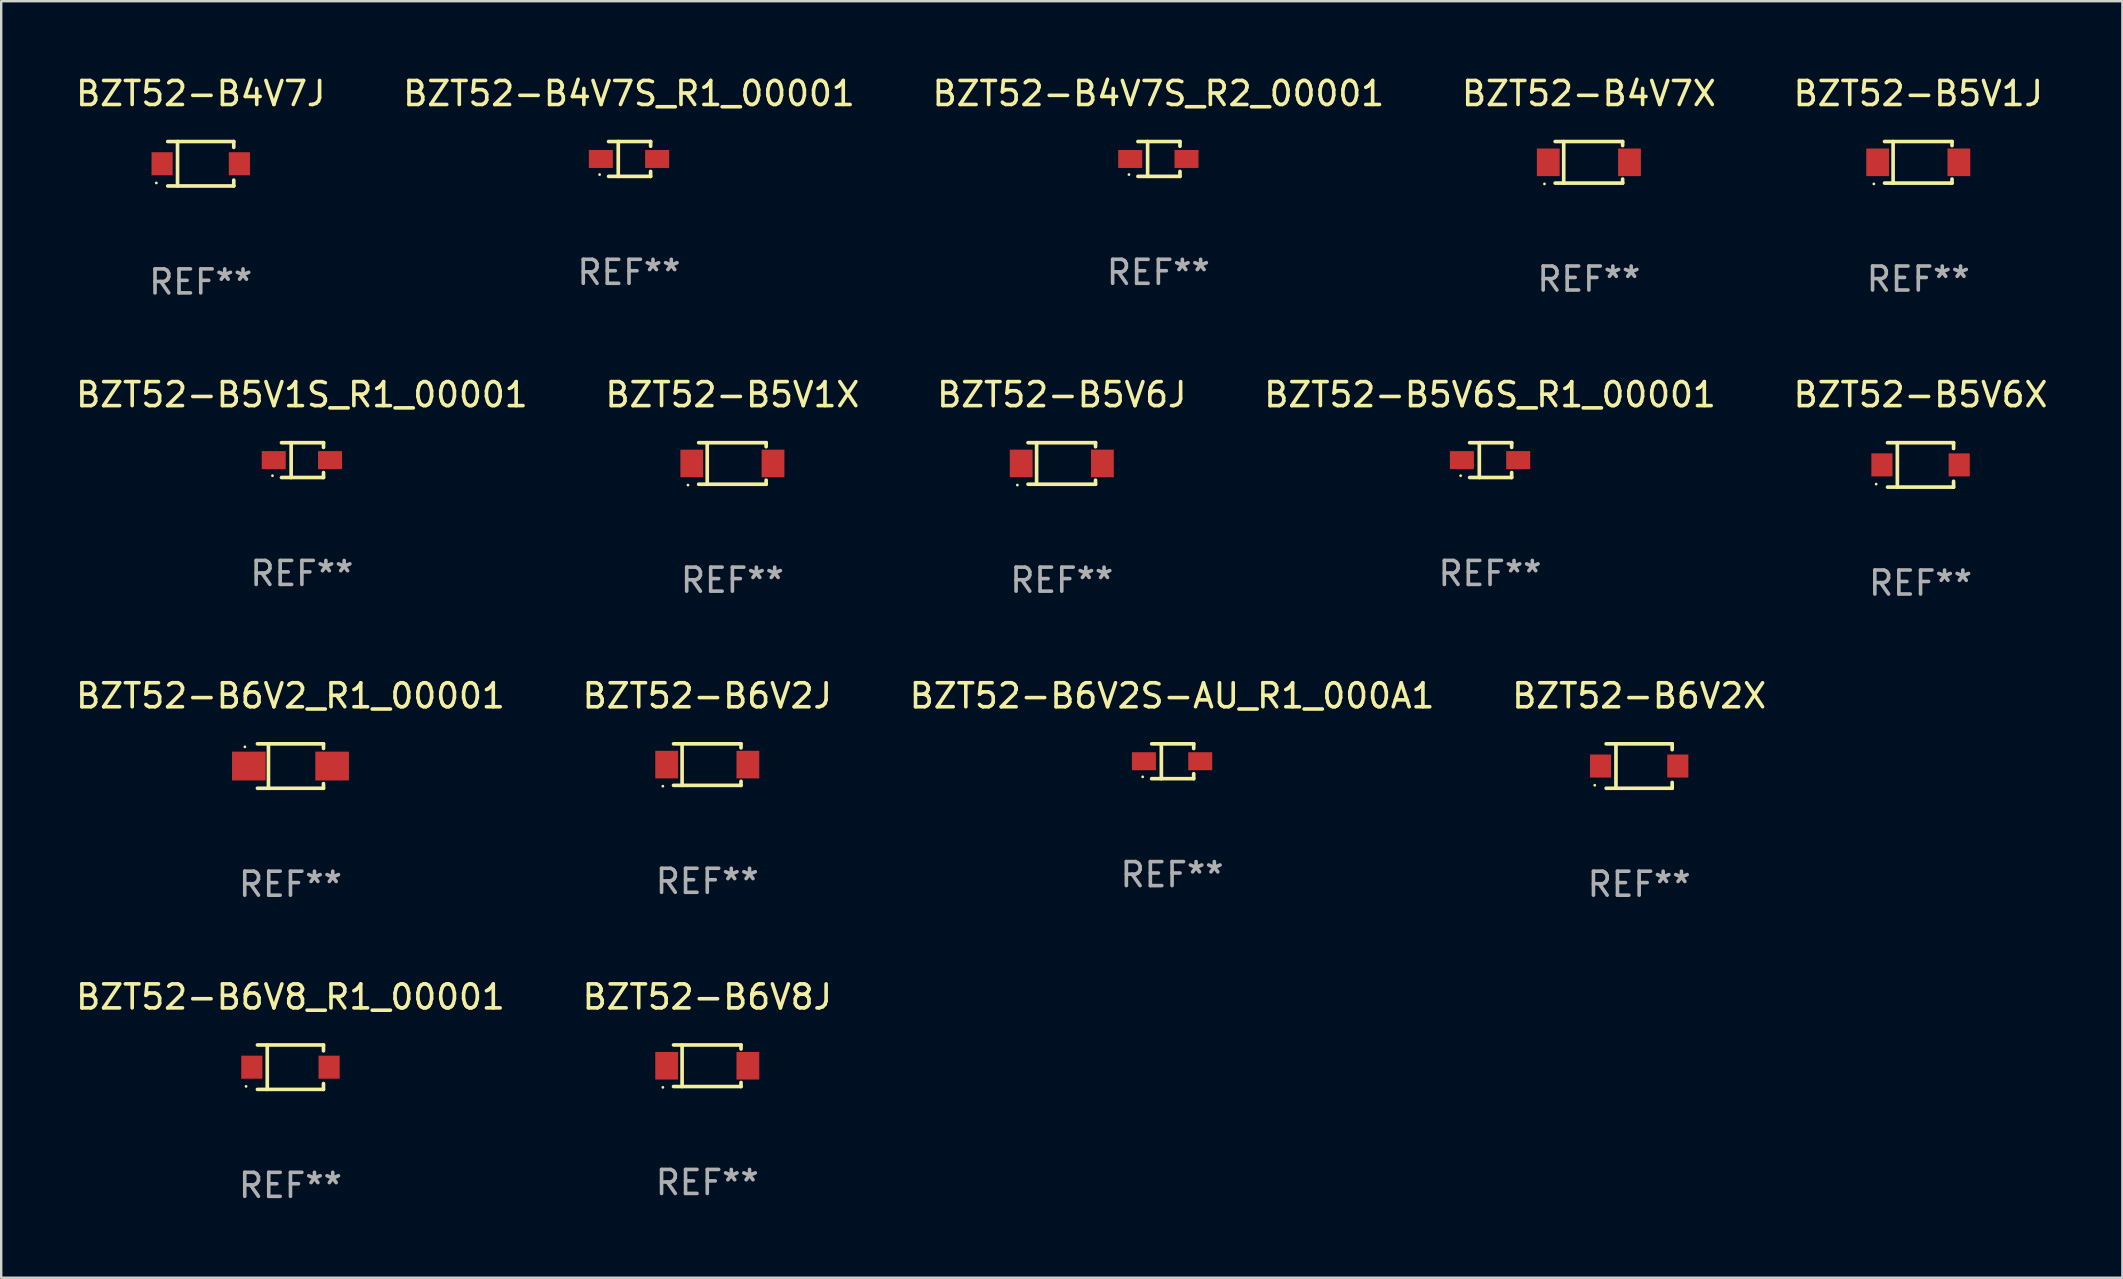
<source format=kicad_pcb>
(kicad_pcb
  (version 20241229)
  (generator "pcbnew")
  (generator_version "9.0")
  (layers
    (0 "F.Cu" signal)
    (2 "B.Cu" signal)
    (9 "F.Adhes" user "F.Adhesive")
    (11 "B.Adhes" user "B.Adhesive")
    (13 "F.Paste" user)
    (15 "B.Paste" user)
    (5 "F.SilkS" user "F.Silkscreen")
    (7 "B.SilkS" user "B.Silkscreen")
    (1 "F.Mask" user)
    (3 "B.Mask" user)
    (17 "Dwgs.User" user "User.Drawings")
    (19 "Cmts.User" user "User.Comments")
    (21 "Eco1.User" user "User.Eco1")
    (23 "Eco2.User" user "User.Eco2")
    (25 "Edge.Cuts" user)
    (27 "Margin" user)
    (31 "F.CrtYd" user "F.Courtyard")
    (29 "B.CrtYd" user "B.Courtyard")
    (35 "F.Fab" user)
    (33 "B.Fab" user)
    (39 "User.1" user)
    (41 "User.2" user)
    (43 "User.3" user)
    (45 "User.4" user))
  (footprint "BZT52-B6V2J"
    (layer "F.Cu")
    (at 26.423 28.812)
    (property "Reference" "BZT52-B6V2J" (at 0 -2.866 0) (layer "F.SilkS") (effects (font (size 1 1) (thickness 0.15))))
    (attr through_hole)
    (fp_line (start -1.406 -0.866) (end 1.406 -0.866) (stroke (width 0.152) (type solid)) (layer "F.SilkS"))
    (fp_line (start -1.406 0.866) (end 1.406 0.866) (stroke (width 0.152) (type solid)) (layer "F.SilkS"))
    (fp_line (start -1.049 -0.866) (end -1.049 0.866) (stroke (width 0.152) (type solid)) (layer "F.SilkS"))
    (fp_line (start 1.406 -0.866) (end 1.406 -0.698) (stroke (width 0.152) (type solid)) (layer "F.SilkS"))
    (fp_line (start 1.406 0.866) (end 1.406 0.698) (stroke (width 0.152) (type solid)) (layer "F.SilkS"))
    (fp_circle (center -1.851 0.9) (end -1.821 0.9) (stroke (width 0.06) (type solid)) (fill no) (layer "F.SilkS"))
    (fp_text user "REF**" (at 0 4.866 0) (layer "F.Fab") (effects (font (size 1 1) (thickness 0.15))))
    (pad "1" smd rect (at -1.692 0) (size 0.95 1.15) (layers "F.Cu" "F.Mask" "F.Paste"))
    (pad "2" smd rect (at 1.692 0) (size 0.95 1.15) (layers "F.Cu" "F.Mask" "F.Paste")))
  (footprint "BZT52-B5V6X"
    (layer "F.Cu")
    (at 76.982 16.323)
    (property "Reference" "BZT52-B5V6X" (at 0 -2.926 0) (layer "F.SilkS") (effects (font (size 1 1) (thickness 0.15))))
    (attr through_hole)
    (fp_line (start -1.376 -0.926) (end 1.376 -0.926) (stroke (width 0.152) (type solid)) (layer "F.SilkS"))
    (fp_line (start -1.376 0.926) (end 1.376 0.926) (stroke (width 0.152) (type solid)) (layer "F.SilkS"))
    (fp_line (start -0.967 -0.926) (end -0.967 0.926) (stroke (width 0.152) (type solid)) (layer "F.SilkS"))
    (fp_line (start 1.376 -0.926) (end 1.376 -0.683) (stroke (width 0.152) (type solid)) (layer "F.SilkS"))
    (fp_line (start 1.376 0.926) (end 1.376 0.683) (stroke (width 0.152) (type solid)) (layer "F.SilkS"))
    (fp_circle (center -1.85 0.8) (end -1.82 0.8) (stroke (width 0.06) (type solid)) (fill no) (layer "F.SilkS"))
    (fp_text user "REF**" (at 0 4.926 0) (layer "F.Fab") (effects (font (size 1 1) (thickness 0.15))))
    (pad "1" smd rect (at -1.61 0) (size 0.88 0.96) (layers "F.Cu" "F.Mask" "F.Paste"))
    (pad "2" smd rect (at 1.61 0) (size 0.88 0.96) (layers "F.Cu" "F.Mask" "F.Paste")))
  (footprint "BZT52-B6V8_R1_00001"
    (layer "F.Cu")
    (at 9.054 41.421)
    (property "Reference" "BZT52-B6V8_R1_00001" (at 0 -2.926 0) (layer "F.SilkS") (effects (font (size 1 1) (thickness 0.15))))
    (attr through_hole)
    (fp_line (start -1.376 -0.926) (end 1.376 -0.926) (stroke (width 0.152) (type solid)) (layer "F.SilkS"))
    (fp_line (start -1.376 0.926) (end 1.376 0.926) (stroke (width 0.152) (type solid)) (layer "F.SilkS"))
    (fp_line (start -0.967 -0.926) (end -0.967 0.926) (stroke (width 0.152) (type solid)) (layer "F.SilkS"))
    (fp_line (start 1.376 -0.926) (end 1.376 -0.683) (stroke (width 0.152) (type solid)) (layer "F.SilkS"))
    (fp_line (start 1.376 0.926) (end 1.376 0.683) (stroke (width 0.152) (type solid)) (layer "F.SilkS"))
    (fp_circle (center -1.85 0.8) (end -1.82 0.8) (stroke (width 0.06) (type solid)) (fill no) (layer "F.SilkS"))
    (fp_text user "REF**" (at 0 4.926 0) (layer "F.Fab") (effects (font (size 1 1) (thickness 0.15))))
    (pad "1" smd rect (at -1.61 0) (size 0.88 0.96) (layers "F.Cu" "F.Mask" "F.Paste"))
    (pad "2" smd rect (at 1.61 0) (size 0.88 0.96) (layers "F.Cu" "F.Mask" "F.Paste")))
  (footprint "BZT52-B4V7S_R2_00001"
    (layer "F.Cu")
    (at 45.22 3.574)
    (property "Reference" "BZT52-B4V7S_R2_00001" (at 0 -2.726 0) (layer "F.SilkS") (effects (font (size 1 1) (thickness 0.15))))
    (attr through_hole)
    (fp_line (start -0.851 -0.726) (end 0.901 -0.726) (stroke (width 0.152) (type solid)) (layer "F.SilkS"))
    (fp_line (start -0.851 0.726) (end 0.901 0.726) (stroke (width 0.152) (type solid)) (layer "F.SilkS"))
    (fp_line (start -0.447 -0.726) (end -0.447 0.726) (stroke (width 0.152) (type solid)) (layer "F.SilkS"))
    (fp_line (start 0.901 -0.726) (end 0.901 -0.53) (stroke (width 0.152) (type solid)) (layer "F.SilkS"))
    (fp_line (start 0.901 0.726) (end 0.901 0.52) (stroke (width 0.152) (type solid)) (layer "F.SilkS"))
    (fp_circle (center -1.225 0.65) (end -1.195 0.65) (stroke (width 0.06) (type solid)) (fill no) (layer "F.SilkS"))
    (fp_text user "REF**" (at 0 4.726 0) (layer "F.Fab") (effects (font (size 1 1) (thickness 0.15))))
    (pad "1" smd rect (at -1.173 0) (size 1 0.75) (layers "F.Cu" "F.Mask" "F.Paste"))
    (pad "2" smd rect (at 1.173 0) (size 1 0.75) (layers "F.Cu" "F.Mask" "F.Paste")))
  (footprint "BZT52-B6V2S-AU_R1_000A1"
    (layer "F.Cu")
    (at 45.792 28.672)
    (property "Reference" "BZT52-B6V2S-AU_R1_000A1" (at 0 -2.726 0) (layer "F.SilkS") (effects (font (size 1 1) (thickness 0.15))))
    (attr through_hole)
    (fp_line (start -0.851 -0.726) (end 0.901 -0.726) (stroke (width 0.152) (type solid)) (layer "F.SilkS"))
    (fp_line (start -0.851 0.726) (end 0.901 0.726) (stroke (width 0.152) (type solid)) (layer "F.SilkS"))
    (fp_line (start -0.447 -0.726) (end -0.447 0.726) (stroke (width 0.152) (type solid)) (layer "F.SilkS"))
    (fp_line (start 0.901 -0.726) (end 0.901 -0.53) (stroke (width 0.152) (type solid)) (layer "F.SilkS"))
    (fp_line (start 0.901 0.726) (end 0.901 0.52) (stroke (width 0.152) (type solid)) (layer "F.SilkS"))
    (fp_circle (center -1.225 0.65) (end -1.195 0.65) (stroke (width 0.06) (type solid)) (fill no) (layer "F.SilkS"))
    (fp_text user "REF**" (at 0 4.726 0) (layer "F.Fab") (effects (font (size 1 1) (thickness 0.15))))
    (pad "1" smd rect (at -1.173 0) (size 1 0.75) (layers "F.Cu" "F.Mask" "F.Paste"))
    (pad "2" smd rect (at 1.173 0) (size 1 0.75) (layers "F.Cu" "F.Mask" "F.Paste")))
  (footprint "BZT52-B5V1J"
    (layer "F.Cu")
    (at 76.887 3.714)
    (property "Reference" "BZT52-B5V1J" (at 0 -2.866 0) (layer "F.SilkS") (effects (font (size 1 1) (thickness 0.15))))
    (attr through_hole)
    (fp_line (start -1.406 -0.866) (end 1.406 -0.866) (stroke (width 0.152) (type solid)) (layer "F.SilkS"))
    (fp_line (start -1.406 0.866) (end 1.406 0.866) (stroke (width 0.152) (type solid)) (layer "F.SilkS"))
    (fp_line (start -1.049 -0.866) (end -1.049 0.866) (stroke (width 0.152) (type solid)) (layer "F.SilkS"))
    (fp_line (start 1.406 -0.866) (end 1.406 -0.698) (stroke (width 0.152) (type solid)) (layer "F.SilkS"))
    (fp_line (start 1.406 0.866) (end 1.406 0.698) (stroke (width 0.152) (type solid)) (layer "F.SilkS"))
    (fp_circle (center -1.851 0.9) (end -1.821 0.9) (stroke (width 0.06) (type solid)) (fill no) (layer "F.SilkS"))
    (fp_text user "REF**" (at 0 4.866 0) (layer "F.Fab") (effects (font (size 1 1) (thickness 0.15))))
    (pad "1" smd rect (at -1.692 0) (size 0.95 1.15) (layers "F.Cu" "F.Mask" "F.Paste"))
    (pad "2" smd rect (at 1.692 0) (size 0.95 1.15) (layers "F.Cu" "F.Mask" "F.Paste")))
  (footprint "BZT52-B6V8J"
    (layer "F.Cu")
    (at 26.423 41.361)
    (property "Reference" "BZT52-B6V8J" (at 0 -2.866 0) (layer "F.SilkS") (effects (font (size 1 1) (thickness 0.15))))
    (attr through_hole)
    (fp_line (start -1.406 -0.866) (end 1.406 -0.866) (stroke (width 0.152) (type solid)) (layer "F.SilkS"))
    (fp_line (start -1.406 0.866) (end 1.406 0.866) (stroke (width 0.152) (type solid)) (layer "F.SilkS"))
    (fp_line (start -1.049 -0.866) (end -1.049 0.866) (stroke (width 0.152) (type solid)) (layer "F.SilkS"))
    (fp_line (start 1.406 -0.866) (end 1.406 -0.698) (stroke (width 0.152) (type solid)) (layer "F.SilkS"))
    (fp_line (start 1.406 0.866) (end 1.406 0.698) (stroke (width 0.152) (type solid)) (layer "F.SilkS"))
    (fp_circle (center -1.851 0.9) (end -1.821 0.9) (stroke (width 0.06) (type solid)) (fill no) (layer "F.SilkS"))
    (fp_text user "REF**" (at 0 4.866 0) (layer "F.Fab") (effects (font (size 1 1) (thickness 0.15))))
    (pad "1" smd rect (at -1.692 0) (size 0.95 1.15) (layers "F.Cu" "F.Mask" "F.Paste"))
    (pad "2" smd rect (at 1.692 0) (size 0.95 1.15) (layers "F.Cu" "F.Mask" "F.Paste")))
  (footprint "BZT52-B4V7S_R1_00001"
    (layer "F.Cu")
    (at 23.161 3.574)
    (property "Reference" "BZT52-B4V7S_R1_00001" (at 0 -2.726 0) (layer "F.SilkS") (effects (font (size 1 1) (thickness 0.15))))
    (attr through_hole)
    (fp_line (start -0.851 -0.726) (end 0.901 -0.726) (stroke (width 0.152) (type solid)) (layer "F.SilkS"))
    (fp_line (start -0.851 0.726) (end 0.901 0.726) (stroke (width 0.152) (type solid)) (layer "F.SilkS"))
    (fp_line (start -0.447 -0.726) (end -0.447 0.726) (stroke (width 0.152) (type solid)) (layer "F.SilkS"))
    (fp_line (start 0.901 -0.726) (end 0.901 -0.53) (stroke (width 0.152) (type solid)) (layer "F.SilkS"))
    (fp_line (start 0.901 0.726) (end 0.901 0.52) (stroke (width 0.152) (type solid)) (layer "F.SilkS"))
    (fp_circle (center -1.225 0.65) (end -1.195 0.65) (stroke (width 0.06) (type solid)) (fill no) (layer "F.SilkS"))
    (fp_text user "REF**" (at 0 4.726 0) (layer "F.Fab") (effects (font (size 1 1) (thickness 0.15))))
    (pad "1" smd rect (at -1.173 0) (size 1 0.75) (layers "F.Cu" "F.Mask" "F.Paste"))
    (pad "2" smd rect (at 1.173 0) (size 1 0.75) (layers "F.Cu" "F.Mask" "F.Paste")))
  (footprint "BZT52-B5V1X"
    (layer "F.Cu")
    (at 27.47 16.263)
    (property "Reference" "BZT52-B5V1X" (at 0 -2.866 0) (layer "F.SilkS") (effects (font (size 1 1) (thickness 0.15))))
    (attr through_hole)
    (fp_line (start -1.406 -0.866) (end 1.406 -0.866) (stroke (width 0.152) (type solid)) (layer "F.SilkS"))
    (fp_line (start -1.406 0.866) (end 1.406 0.866) (stroke (width 0.152) (type solid)) (layer "F.SilkS"))
    (fp_line (start -1.049 -0.866) (end -1.049 0.866) (stroke (width 0.152) (type solid)) (layer "F.SilkS"))
    (fp_line (start 1.406 -0.866) (end 1.406 -0.698) (stroke (width 0.152) (type solid)) (layer "F.SilkS"))
    (fp_line (start 1.406 0.866) (end 1.406 0.698) (stroke (width 0.152) (type solid)) (layer "F.SilkS"))
    (fp_circle (center -1.851 0.9) (end -1.821 0.9) (stroke (width 0.06) (type solid)) (fill no) (layer "F.SilkS"))
    (fp_text user "REF**" (at 0 4.866 0) (layer "F.Fab") (effects (font (size 1 1) (thickness 0.15))))
    (pad "1" smd rect (at -1.692 0) (size 0.95 1.15) (layers "F.Cu" "F.Mask" "F.Paste"))
    (pad "2" smd rect (at 1.692 0) (size 0.95 1.15) (layers "F.Cu" "F.Mask" "F.Paste")))
  (footprint "BZT52-B4V7J"
    (layer "F.Cu")
    (at 5.315 3.774)
    (property "Reference" "BZT52-B4V7J" (at 0 -2.926 0) (layer "F.SilkS") (effects (font (size 1 1) (thickness 0.15))))
    (attr through_hole)
    (fp_line (start -1.376 -0.926) (end 1.376 -0.926) (stroke (width 0.152) (type solid)) (layer "F.SilkS"))
    (fp_line (start -1.376 0.926) (end 1.376 0.926) (stroke (width 0.152) (type solid)) (layer "F.SilkS"))
    (fp_line (start -0.967 -0.926) (end -0.967 0.926) (stroke (width 0.152) (type solid)) (layer "F.SilkS"))
    (fp_line (start 1.376 -0.926) (end 1.376 -0.683) (stroke (width 0.152) (type solid)) (layer "F.SilkS"))
    (fp_line (start 1.376 0.926) (end 1.376 0.683) (stroke (width 0.152) (type solid)) (layer "F.SilkS"))
    (fp_circle (center -1.85 0.8) (end -1.82 0.8) (stroke (width 0.06) (type solid)) (fill no) (layer "F.SilkS"))
    (fp_text user "REF**" (at 0 4.926 0) (layer "F.Fab") (effects (font (size 1 1) (thickness 0.15))))
    (pad "1" smd rect (at -1.61 0) (size 0.88 0.96) (layers "F.Cu" "F.Mask" "F.Paste"))
    (pad "2" smd rect (at 1.61 0) (size 0.88 0.96) (layers "F.Cu" "F.Mask" "F.Paste")))
  (footprint "BZT52-B6V2_R1_00001"
    (layer "F.Cu")
    (at 9.054 28.872)
    (property "Reference" "BZT52-B6V2_R1_00001" (at 0 -2.926 0) (layer "F.SilkS") (effects (font (size 1 1) (thickness 0.15))))
    (attr through_hole)
    (fp_line (start -1.376 -0.926) (end 1.376 -0.926) (stroke (width 0.152) (type solid)) (layer "F.SilkS"))
    (fp_line (start -1.376 0.926) (end 1.376 0.926) (stroke (width 0.152) (type solid)) (layer "F.SilkS"))
    (fp_line (start -0.917 -0.876) (end -0.917 0.876) (stroke (width 0.152) (type solid)) (layer "F.SilkS"))
    (fp_line (start 1.376 -0.926) (end 1.376 -0.733) (stroke (width 0.152) (type solid)) (layer "F.SilkS"))
    (fp_line (start 1.376 0.926) (end 1.376 0.733) (stroke (width 0.152) (type solid)) (layer "F.SilkS"))
    (fp_circle (center -1.9 -0.8) (end -1.87 -0.8) (stroke (width 0.06) (type solid)) (fill no) (layer "F.SilkS"))
    (fp_text user "REF**" (at 0 4.926 0) (layer "F.Fab") (effects (font (size 1 1) (thickness 0.15))))
    (pad "1" smd rect (at -1.735 -0.000102) (size 1.4 1.2) (layers "F.Cu" "F.Mask" "F.Paste"))
    (pad "2" smd rect (at 1.735 -0.000102) (size 1.4 1.2) (layers "F.Cu" "F.Mask" "F.Paste")))
  (footprint "BZT52-B5V1S_R1_00001"
    (layer "F.Cu")
    (at 9.53 16.123)
    (property "Reference" "BZT52-B5V1S_R1_00001" (at 0 -2.726 0) (layer "F.SilkS") (effects (font (size 1 1) (thickness 0.15))))
    (attr through_hole)
    (fp_line (start -0.851 -0.726) (end 0.901 -0.726) (stroke (width 0.152) (type solid)) (layer "F.SilkS"))
    (fp_line (start -0.851 0.726) (end 0.901 0.726) (stroke (width 0.152) (type solid)) (layer "F.SilkS"))
    (fp_line (start -0.447 -0.726) (end -0.447 0.726) (stroke (width 0.152) (type solid)) (layer "F.SilkS"))
    (fp_line (start 0.901 -0.726) (end 0.901 -0.53) (stroke (width 0.152) (type solid)) (layer "F.SilkS"))
    (fp_line (start 0.901 0.726) (end 0.901 0.52) (stroke (width 0.152) (type solid)) (layer "F.SilkS"))
    (fp_circle (center -1.225 0.65) (end -1.195 0.65) (stroke (width 0.06) (type solid)) (fill no) (layer "F.SilkS"))
    (fp_text user "REF**" (at 0 4.726 0) (layer "F.Fab") (effects (font (size 1 1) (thickness 0.15))))
    (pad "1" smd rect (at -1.173 0) (size 1 0.75) (layers "F.Cu" "F.Mask" "F.Paste"))
    (pad "2" smd rect (at 1.173 0) (size 1 0.75) (layers "F.Cu" "F.Mask" "F.Paste")))
  (footprint "BZT52-B5V6J"
    (layer "F.Cu")
    (at 41.196 16.263)
    (property "Reference" "BZT52-B5V6J" (at 0 -2.866 0) (layer "F.SilkS") (effects (font (size 1 1) (thickness 0.15))))
    (attr through_hole)
    (fp_line (start -1.406 -0.866) (end 1.406 -0.866) (stroke (width 0.152) (type solid)) (layer "F.SilkS"))
    (fp_line (start -1.406 0.866) (end 1.406 0.866) (stroke (width 0.152) (type solid)) (layer "F.SilkS"))
    (fp_line (start -1.049 -0.866) (end -1.049 0.866) (stroke (width 0.152) (type solid)) (layer "F.SilkS"))
    (fp_line (start 1.406 -0.866) (end 1.406 -0.698) (stroke (width 0.152) (type solid)) (layer "F.SilkS"))
    (fp_line (start 1.406 0.866) (end 1.406 0.698) (stroke (width 0.152) (type solid)) (layer "F.SilkS"))
    (fp_circle (center -1.851 0.9) (end -1.821 0.9) (stroke (width 0.06) (type solid)) (fill no) (layer "F.SilkS"))
    (fp_text user "REF**" (at 0 4.866 0) (layer "F.Fab") (effects (font (size 1 1) (thickness 0.15))))
    (pad "1" smd rect (at -1.692 0) (size 0.95 1.15) (layers "F.Cu" "F.Mask" "F.Paste"))
    (pad "2" smd rect (at 1.692 0) (size 0.95 1.15) (layers "F.Cu" "F.Mask" "F.Paste")))
  (footprint "BZT52-B4V7X"
    (layer "F.Cu")
    (at 63.161 3.714)
    (property "Reference" "BZT52-B4V7X" (at 0 -2.866 0) (layer "F.SilkS") (effects (font (size 1 1) (thickness 0.15))))
    (attr through_hole)
    (fp_line (start -1.406 -0.866) (end 1.406 -0.866) (stroke (width 0.152) (type solid)) (layer "F.SilkS"))
    (fp_line (start -1.406 0.866) (end 1.406 0.866) (stroke (width 0.152) (type solid)) (layer "F.SilkS"))
    (fp_line (start -1.049 -0.866) (end -1.049 0.866) (stroke (width 0.152) (type solid)) (layer "F.SilkS"))
    (fp_line (start 1.406 -0.866) (end 1.406 -0.698) (stroke (width 0.152) (type solid)) (layer "F.SilkS"))
    (fp_line (start 1.406 0.866) (end 1.406 0.698) (stroke (width 0.152) (type solid)) (layer "F.SilkS"))
    (fp_circle (center -1.851 0.9) (end -1.821 0.9) (stroke (width 0.06) (type solid)) (fill no) (layer "F.SilkS"))
    (fp_text user "REF**" (at 0 4.866 0) (layer "F.Fab") (effects (font (size 1 1) (thickness 0.15))))
    (pad "1" smd rect (at -1.692 0) (size 0.95 1.15) (layers "F.Cu" "F.Mask" "F.Paste"))
    (pad "2" smd rect (at 1.692 0) (size 0.95 1.15) (layers "F.Cu" "F.Mask" "F.Paste")))
  (footprint "BZT52-B5V6S_R1_00001"
    (layer "F.Cu")
    (at 59.042 16.123)
    (property "Reference" "BZT52-B5V6S_R1_00001" (at 0 -2.726 0) (layer "F.SilkS") (effects (font (size 1 1) (thickness 0.15))))
    (attr through_hole)
    (fp_line (start -0.851 -0.726) (end 0.901 -0.726) (stroke (width 0.152) (type solid)) (layer "F.SilkS"))
    (fp_line (start -0.851 0.726) (end 0.901 0.726) (stroke (width 0.152) (type solid)) (layer "F.SilkS"))
    (fp_line (start -0.447 -0.726) (end -0.447 0.726) (stroke (width 0.152) (type solid)) (layer "F.SilkS"))
    (fp_line (start 0.901 -0.726) (end 0.901 -0.53) (stroke (width 0.152) (type solid)) (layer "F.SilkS"))
    (fp_line (start 0.901 0.726) (end 0.901 0.52) (stroke (width 0.152) (type solid)) (layer "F.SilkS"))
    (fp_circle (center -1.225 0.65) (end -1.195 0.65) (stroke (width 0.06) (type solid)) (fill no) (layer "F.SilkS"))
    (fp_text user "REF**" (at 0 4.726 0) (layer "F.Fab") (effects (font (size 1 1) (thickness 0.15))))
    (pad "1" smd rect (at -1.173 0) (size 1 0.75) (layers "F.Cu" "F.Mask" "F.Paste"))
    (pad "2" smd rect (at 1.173 0) (size 1 0.75) (layers "F.Cu" "F.Mask" "F.Paste")))
  (footprint "BZT52-B6V2X"
    (layer "F.Cu")
    (at 65.256 28.872)
    (property "Reference" "BZT52-B6V2X" (at 0 -2.926 0) (layer "F.SilkS") (effects (font (size 1 1) (thickness 0.15))))
    (attr through_hole)
    (fp_line (start -1.376 -0.926) (end 1.376 -0.926) (stroke (width 0.152) (type solid)) (layer "F.SilkS"))
    (fp_line (start -1.376 0.926) (end 1.376 0.926) (stroke (width 0.152) (type solid)) (layer "F.SilkS"))
    (fp_line (start -0.967 -0.926) (end -0.967 0.926) (stroke (width 0.152) (type solid)) (layer "F.SilkS"))
    (fp_line (start 1.376 -0.926) (end 1.376 -0.683) (stroke (width 0.152) (type solid)) (layer "F.SilkS"))
    (fp_line (start 1.376 0.926) (end 1.376 0.683) (stroke (width 0.152) (type solid)) (layer "F.SilkS"))
    (fp_circle (center -1.85 0.8) (end -1.82 0.8) (stroke (width 0.06) (type solid)) (fill no) (layer "F.SilkS"))
    (fp_text user "REF**" (at 0 4.926 0) (layer "F.Fab") (effects (font (size 1 1) (thickness 0.15))))
    (pad "1" smd rect (at -1.61 0) (size 0.88 0.96) (layers "F.Cu" "F.Mask" "F.Paste"))
    (pad "2" smd rect (at 1.61 0) (size 0.88 0.96) (layers "F.Cu" "F.Mask" "F.Paste")))
  (gr_rect
    (start -3 -3)
    (end 85.393 50.196)
    (stroke (width 0.1) (type default))
    (fill no)
    (layer "Edge.Cuts")))
</source>
